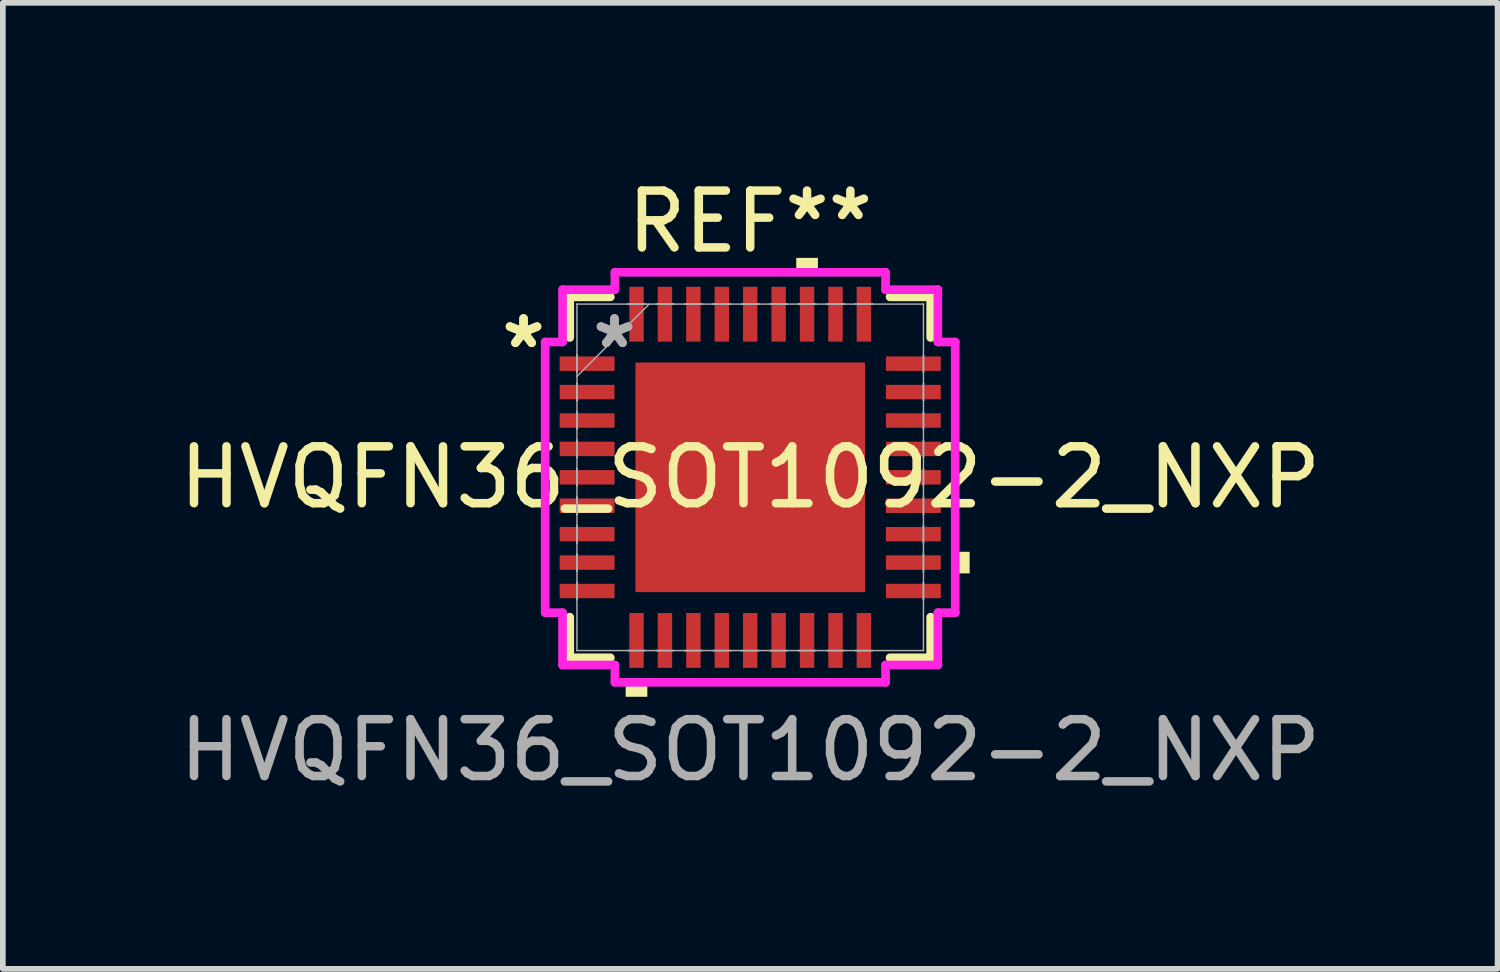
<source format=kicad_pcb>
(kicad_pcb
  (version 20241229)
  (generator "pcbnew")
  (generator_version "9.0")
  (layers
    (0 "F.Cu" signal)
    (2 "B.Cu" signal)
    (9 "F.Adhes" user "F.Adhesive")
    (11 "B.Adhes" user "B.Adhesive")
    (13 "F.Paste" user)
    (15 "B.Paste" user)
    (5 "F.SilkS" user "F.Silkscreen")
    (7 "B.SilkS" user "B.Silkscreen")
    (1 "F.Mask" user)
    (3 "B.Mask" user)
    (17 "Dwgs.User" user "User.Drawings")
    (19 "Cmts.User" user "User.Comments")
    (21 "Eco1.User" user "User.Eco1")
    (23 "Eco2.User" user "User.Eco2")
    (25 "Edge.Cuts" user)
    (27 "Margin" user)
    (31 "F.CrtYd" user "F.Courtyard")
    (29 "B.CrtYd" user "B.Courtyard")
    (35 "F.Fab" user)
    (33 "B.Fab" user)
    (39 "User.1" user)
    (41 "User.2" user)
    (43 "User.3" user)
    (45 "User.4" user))
  (footprint "HVQFN36_SOT1092-2_NXP"
    (layer "F.Cu")
    (at 10.149 5.348)
    (property "Reference" "HVQFN36_SOT1092-2_NXP" (at 0 0 0) (unlocked yes) (layer "F.SilkS") (effects (font (size 1 1) (thickness 0.15))))
    (attr smd)
    (fp_line (start -3.175 -3.175) (end -3.175 -2.46) (stroke (width 0.152) (type solid)) (layer "F.SilkS"))
    (fp_line (start -3.175 2.46) (end -3.175 3.175) (stroke (width 0.152) (type solid)) (layer "F.SilkS"))
    (fp_line (start -3.175 3.175) (end -2.46 3.175) (stroke (width 0.152) (type solid)) (layer "F.SilkS"))
    (fp_line (start -2.46 -3.175) (end -3.175 -3.175) (stroke (width 0.152) (type solid)) (layer "F.SilkS"))
    (fp_line (start 2.46 3.175) (end 3.175 3.175) (stroke (width 0.152) (type solid)) (layer "F.SilkS"))
    (fp_line (start 3.175 -3.175) (end 2.46 -3.175) (stroke (width 0.152) (type solid)) (layer "F.SilkS"))
    (fp_line (start 3.175 -2.46) (end 3.175 -3.175) (stroke (width 0.152) (type solid)) (layer "F.SilkS"))
    (fp_line (start 3.175 3.175) (end 3.175 2.46) (stroke (width 0.152) (type solid)) (layer "F.SilkS"))
    (fp_poly (pts (xy -2.191 3.607) (xy -2.191 3.861) (xy -1.81 3.861) (xy -1.81 3.607)) (stroke (width 0) (type solid)) (fill yes) (layer "F.SilkS"))
    (fp_poly (pts (xy 0.81 -3.607) (xy 0.81 -3.861) (xy 1.191 -3.861) (xy 1.191 -3.607)) (stroke (width 0) (type solid)) (fill yes) (layer "F.SilkS"))
    (fp_poly (pts (xy 3.861 1.31) (xy 3.861 1.69) (xy 3.607 1.69) (xy 3.607 1.31)) (stroke (width 0) (type solid)) (fill yes) (layer "F.SilkS"))
    (fp_poly (pts (xy -1.919 -1.919) (xy -1.919 -0.773) (xy -0.773 -0.773) (xy -0.773 -1.919)) (stroke (width 0) (type solid)) (fill yes) (layer "F.Paste"))
    (fp_poly (pts (xy -1.919 -0.573) (xy -1.919 0.573) (xy -0.773 0.573) (xy -0.773 -0.573)) (stroke (width 0) (type solid)) (fill yes) (layer "F.Paste"))
    (fp_poly (pts (xy -1.919 0.773) (xy -1.919 1.919) (xy -0.773 1.919) (xy -0.773 0.773)) (stroke (width 0) (type solid)) (fill yes) (layer "F.Paste"))
    (fp_poly (pts (xy -0.573 -1.919) (xy -0.573 -0.773) (xy 0.573 -0.773) (xy 0.573 -1.919)) (stroke (width 0) (type solid)) (fill yes) (layer "F.Paste"))
    (fp_poly (pts (xy -0.573 -0.573) (xy -0.573 0.573) (xy 0.573 0.573) (xy 0.573 -0.573)) (stroke (width 0) (type solid)) (fill yes) (layer "F.Paste"))
    (fp_poly (pts (xy -0.573 0.773) (xy -0.573 1.919) (xy 0.573 1.919) (xy 0.573 0.773)) (stroke (width 0) (type solid)) (fill yes) (layer "F.Paste"))
    (fp_poly (pts (xy 0.773 -1.919) (xy 0.773 -0.773) (xy 1.919 -0.773) (xy 1.919 -1.919)) (stroke (width 0) (type solid)) (fill yes) (layer "F.Paste"))
    (fp_poly (pts (xy 0.773 -0.573) (xy 0.773 0.573) (xy 1.919 0.573) (xy 1.919 -0.573)) (stroke (width 0) (type solid)) (fill yes) (layer "F.Paste"))
    (fp_poly (pts (xy 0.773 0.773) (xy 0.773 1.919) (xy 1.919 1.919) (xy 1.919 0.773)) (stroke (width 0) (type solid)) (fill yes) (layer "F.Paste"))
    (fp_line (start -3.607 -2.381) (end -3.302 -2.381) (stroke (width 0.152) (type solid)) (layer "F.CrtYd"))
    (fp_line (start -3.607 2.381) (end -3.607 -2.381) (stroke (width 0.152) (type solid)) (layer "F.CrtYd"))
    (fp_line (start -3.302 -3.302) (end -2.381 -3.302) (stroke (width 0.152) (type solid)) (layer "F.CrtYd"))
    (fp_line (start -3.302 -2.381) (end -3.302 -3.302) (stroke (width 0.152) (type solid)) (layer "F.CrtYd"))
    (fp_line (start -3.302 2.381) (end -3.607 2.381) (stroke (width 0.152) (type solid)) (layer "F.CrtYd"))
    (fp_line (start -3.302 3.302) (end -3.302 2.381) (stroke (width 0.152) (type solid)) (layer "F.CrtYd"))
    (fp_line (start -2.381 -3.607) (end 2.381 -3.607) (stroke (width 0.152) (type solid)) (layer "F.CrtYd"))
    (fp_line (start -2.381 -3.302) (end -2.381 -3.607) (stroke (width 0.152) (type solid)) (layer "F.CrtYd"))
    (fp_line (start -2.381 3.302) (end -3.302 3.302) (stroke (width 0.152) (type solid)) (layer "F.CrtYd"))
    (fp_line (start -2.381 3.607) (end -2.381 3.302) (stroke (width 0.152) (type solid)) (layer "F.CrtYd"))
    (fp_line (start 2.381 -3.607) (end 2.381 -3.302) (stroke (width 0.152) (type solid)) (layer "F.CrtYd"))
    (fp_line (start 2.381 -3.302) (end 3.302 -3.302) (stroke (width 0.152) (type solid)) (layer "F.CrtYd"))
    (fp_line (start 2.381 3.302) (end 2.381 3.607) (stroke (width 0.152) (type solid)) (layer "F.CrtYd"))
    (fp_line (start 2.381 3.607) (end -2.381 3.607) (stroke (width 0.152) (type solid)) (layer "F.CrtYd"))
    (fp_line (start 3.302 -3.302) (end 3.302 -2.381) (stroke (width 0.152) (type solid)) (layer "F.CrtYd"))
    (fp_line (start 3.302 -2.381) (end 3.607 -2.381) (stroke (width 0.152) (type solid)) (layer "F.CrtYd"))
    (fp_line (start 3.302 2.381) (end 3.302 3.302) (stroke (width 0.152) (type solid)) (layer "F.CrtYd"))
    (fp_line (start 3.302 3.302) (end 2.381 3.302) (stroke (width 0.152) (type solid)) (layer "F.CrtYd"))
    (fp_line (start 3.607 -2.381) (end 3.607 2.381) (stroke (width 0.152) (type solid)) (layer "F.CrtYd"))
    (fp_line (start 3.607 2.381) (end 3.302 2.381) (stroke (width 0.152) (type solid)) (layer "F.CrtYd"))
    (fp_line (start -3.048 -3.048) (end -3.048 -3.048) (stroke (width 0.025) (type solid)) (layer "F.Fab"))
    (fp_line (start -3.048 -3.048) (end -3.048 3.048) (stroke (width 0.025) (type solid)) (layer "F.Fab"))
    (fp_line (start -3.048 -2.152) (end -3.048 -2.152) (stroke (width 0.025) (type solid)) (layer "F.Fab"))
    (fp_line (start -3.048 -2.152) (end -3.048 -1.848) (stroke (width 0.025) (type solid)) (layer "F.Fab"))
    (fp_line (start -3.048 -1.848) (end -3.048 -2.152) (stroke (width 0.025) (type solid)) (layer "F.Fab"))
    (fp_line (start -3.048 -1.848) (end -3.048 -1.848) (stroke (width 0.025) (type solid)) (layer "F.Fab"))
    (fp_line (start -3.048 -1.778) (end -1.778 -3.048) (stroke (width 0.025) (type solid)) (layer "F.Fab"))
    (fp_line (start -3.048 -1.652) (end -3.048 -1.652) (stroke (width 0.025) (type solid)) (layer "F.Fab"))
    (fp_line (start -3.048 -1.652) (end -3.048 -1.348) (stroke (width 0.025) (type solid)) (layer "F.Fab"))
    (fp_line (start -3.048 -1.348) (end -3.048 -1.652) (stroke (width 0.025) (type solid)) (layer "F.Fab"))
    (fp_line (start -3.048 -1.348) (end -3.048 -1.348) (stroke (width 0.025) (type solid)) (layer "F.Fab"))
    (fp_line (start -3.048 -1.152) (end -3.048 -1.152) (stroke (width 0.025) (type solid)) (layer "F.Fab"))
    (fp_line (start -3.048 -1.152) (end -3.048 -0.848) (stroke (width 0.025) (type solid)) (layer "F.Fab"))
    (fp_line (start -3.048 -0.848) (end -3.048 -1.152) (stroke (width 0.025) (type solid)) (layer "F.Fab"))
    (fp_line (start -3.048 -0.848) (end -3.048 -0.848) (stroke (width 0.025) (type solid)) (layer "F.Fab"))
    (fp_line (start -3.048 -0.652) (end -3.048 -0.652) (stroke (width 0.025) (type solid)) (layer "F.Fab"))
    (fp_line (start -3.048 -0.652) (end -3.048 -0.348) (stroke (width 0.025) (type solid)) (layer "F.Fab"))
    (fp_line (start -3.048 -0.348) (end -3.048 -0.652) (stroke (width 0.025) (type solid)) (layer "F.Fab"))
    (fp_line (start -3.048 -0.348) (end -3.048 -0.348) (stroke (width 0.025) (type solid)) (layer "F.Fab"))
    (fp_line (start -3.048 -0.152) (end -3.048 -0.152) (stroke (width 0.025) (type solid)) (layer "F.Fab"))
    (fp_line (start -3.048 -0.152) (end -3.048 0.152) (stroke (width 0.025) (type solid)) (layer "F.Fab"))
    (fp_line (start -3.048 0.152) (end -3.048 -0.152) (stroke (width 0.025) (type solid)) (layer "F.Fab"))
    (fp_line (start -3.048 0.152) (end -3.048 0.152) (stroke (width 0.025) (type solid)) (layer "F.Fab"))
    (fp_line (start -3.048 0.348) (end -3.048 0.348) (stroke (width 0.025) (type solid)) (layer "F.Fab"))
    (fp_line (start -3.048 0.348) (end -3.048 0.652) (stroke (width 0.025) (type solid)) (layer "F.Fab"))
    (fp_line (start -3.048 0.652) (end -3.048 0.348) (stroke (width 0.025) (type solid)) (layer "F.Fab"))
    (fp_line (start -3.048 0.652) (end -3.048 0.652) (stroke (width 0.025) (type solid)) (layer "F.Fab"))
    (fp_line (start -3.048 0.848) (end -3.048 0.848) (stroke (width 0.025) (type solid)) (layer "F.Fab"))
    (fp_line (start -3.048 0.848) (end -3.048 1.152) (stroke (width 0.025) (type solid)) (layer "F.Fab"))
    (fp_line (start -3.048 1.152) (end -3.048 0.848) (stroke (width 0.025) (type solid)) (layer "F.Fab"))
    (fp_line (start -3.048 1.152) (end -3.048 1.152) (stroke (width 0.025) (type solid)) (layer "F.Fab"))
    (fp_line (start -3.048 1.348) (end -3.048 1.348) (stroke (width 0.025) (type solid)) (layer "F.Fab"))
    (fp_line (start -3.048 1.348) (end -3.048 1.652) (stroke (width 0.025) (type solid)) (layer "F.Fab"))
    (fp_line (start -3.048 1.652) (end -3.048 1.348) (stroke (width 0.025) (type solid)) (layer "F.Fab"))
    (fp_line (start -3.048 1.652) (end -3.048 1.652) (stroke (width 0.025) (type solid)) (layer "F.Fab"))
    (fp_line (start -3.048 1.848) (end -3.048 1.848) (stroke (width 0.025) (type solid)) (layer "F.Fab"))
    (fp_line (start -3.048 1.848) (end -3.048 2.152) (stroke (width 0.025) (type solid)) (layer "F.Fab"))
    (fp_line (start -3.048 2.152) (end -3.048 1.848) (stroke (width 0.025) (type solid)) (layer "F.Fab"))
    (fp_line (start -3.048 2.152) (end -3.048 2.152) (stroke (width 0.025) (type solid)) (layer "F.Fab"))
    (fp_line (start -3.048 3.048) (end -3.048 3.048) (stroke (width 0.025) (type solid)) (layer "F.Fab"))
    (fp_line (start -3.048 3.048) (end 3.048 3.048) (stroke (width 0.025) (type solid)) (layer "F.Fab"))
    (fp_line (start -2.152 -3.048) (end -2.152 -3.048) (stroke (width 0.025) (type solid)) (layer "F.Fab"))
    (fp_line (start -2.152 -3.048) (end -1.848 -3.048) (stroke (width 0.025) (type solid)) (layer "F.Fab"))
    (fp_line (start -2.152 3.048) (end -2.152 3.048) (stroke (width 0.025) (type solid)) (layer "F.Fab"))
    (fp_line (start -2.152 3.048) (end -1.848 3.048) (stroke (width 0.025) (type solid)) (layer "F.Fab"))
    (fp_line (start -1.848 -3.048) (end -2.152 -3.048) (stroke (width 0.025) (type solid)) (layer "F.Fab"))
    (fp_line (start -1.848 -3.048) (end -1.848 -3.048) (stroke (width 0.025) (type solid)) (layer "F.Fab"))
    (fp_line (start -1.848 3.048) (end -2.152 3.048) (stroke (width 0.025) (type solid)) (layer "F.Fab"))
    (fp_line (start -1.848 3.048) (end -1.848 3.048) (stroke (width 0.025) (type solid)) (layer "F.Fab"))
    (fp_line (start -1.652 -3.048) (end -1.652 -3.048) (stroke (width 0.025) (type solid)) (layer "F.Fab"))
    (fp_line (start -1.652 -3.048) (end -1.348 -3.048) (stroke (width 0.025) (type solid)) (layer "F.Fab"))
    (fp_line (start -1.652 3.048) (end -1.652 3.048) (stroke (width 0.025) (type solid)) (layer "F.Fab"))
    (fp_line (start -1.652 3.048) (end -1.348 3.048) (stroke (width 0.025) (type solid)) (layer "F.Fab"))
    (fp_line (start -1.348 -3.048) (end -1.652 -3.048) (stroke (width 0.025) (type solid)) (layer "F.Fab"))
    (fp_line (start -1.348 -3.048) (end -1.348 -3.048) (stroke (width 0.025) (type solid)) (layer "F.Fab"))
    (fp_line (start -1.348 3.048) (end -1.652 3.048) (stroke (width 0.025) (type solid)) (layer "F.Fab"))
    (fp_line (start -1.348 3.048) (end -1.348 3.048) (stroke (width 0.025) (type solid)) (layer "F.Fab"))
    (fp_line (start -1.152 -3.048) (end -1.152 -3.048) (stroke (width 0.025) (type solid)) (layer "F.Fab"))
    (fp_line (start -1.152 -3.048) (end -0.848 -3.048) (stroke (width 0.025) (type solid)) (layer "F.Fab"))
    (fp_line (start -1.152 3.048) (end -1.152 3.048) (stroke (width 0.025) (type solid)) (layer "F.Fab"))
    (fp_line (start -1.152 3.048) (end -0.848 3.048) (stroke (width 0.025) (type solid)) (layer "F.Fab"))
    (fp_line (start -0.848 -3.048) (end -1.152 -3.048) (stroke (width 0.025) (type solid)) (layer "F.Fab"))
    (fp_line (start -0.848 -3.048) (end -0.848 -3.048) (stroke (width 0.025) (type solid)) (layer "F.Fab"))
    (fp_line (start -0.848 3.048) (end -1.152 3.048) (stroke (width 0.025) (type solid)) (layer "F.Fab"))
    (fp_line (start -0.848 3.048) (end -0.848 3.048) (stroke (width 0.025) (type solid)) (layer "F.Fab"))
    (fp_line (start -0.652 -3.048) (end -0.652 -3.048) (stroke (width 0.025) (type solid)) (layer "F.Fab"))
    (fp_line (start -0.652 -3.048) (end -0.348 -3.048) (stroke (width 0.025) (type solid)) (layer "F.Fab"))
    (fp_line (start -0.652 3.048) (end -0.652 3.048) (stroke (width 0.025) (type solid)) (layer "F.Fab"))
    (fp_line (start -0.652 3.048) (end -0.348 3.048) (stroke (width 0.025) (type solid)) (layer "F.Fab"))
    (fp_line (start -0.348 -3.048) (end -0.652 -3.048) (stroke (width 0.025) (type solid)) (layer "F.Fab"))
    (fp_line (start -0.348 -3.048) (end -0.348 -3.048) (stroke (width 0.025) (type solid)) (layer "F.Fab"))
    (fp_line (start -0.348 3.048) (end -0.652 3.048) (stroke (width 0.025) (type solid)) (layer "F.Fab"))
    (fp_line (start -0.348 3.048) (end -0.348 3.048) (stroke (width 0.025) (type solid)) (layer "F.Fab"))
    (fp_line (start -0.152 -3.048) (end -0.152 -3.048) (stroke (width 0.025) (type solid)) (layer "F.Fab"))
    (fp_line (start -0.152 -3.048) (end 0.152 -3.048) (stroke (width 0.025) (type solid)) (layer "F.Fab"))
    (fp_line (start -0.152 3.048) (end -0.152 3.048) (stroke (width 0.025) (type solid)) (layer "F.Fab"))
    (fp_line (start -0.152 3.048) (end 0.152 3.048) (stroke (width 0.025) (type solid)) (layer "F.Fab"))
    (fp_line (start 0.152 -3.048) (end -0.152 -3.048) (stroke (width 0.025) (type solid)) (layer "F.Fab"))
    (fp_line (start 0.152 -3.048) (end 0.152 -3.048) (stroke (width 0.025) (type solid)) (layer "F.Fab"))
    (fp_line (start 0.152 3.048) (end -0.152 3.048) (stroke (width 0.025) (type solid)) (layer "F.Fab"))
    (fp_line (start 0.152 3.048) (end 0.152 3.048) (stroke (width 0.025) (type solid)) (layer "F.Fab"))
    (fp_line (start 0.348 -3.048) (end 0.348 -3.048) (stroke (width 0.025) (type solid)) (layer "F.Fab"))
    (fp_line (start 0.348 -3.048) (end 0.652 -3.048) (stroke (width 0.025) (type solid)) (layer "F.Fab"))
    (fp_line (start 0.348 3.048) (end 0.348 3.048) (stroke (width 0.025) (type solid)) (layer "F.Fab"))
    (fp_line (start 0.348 3.048) (end 0.652 3.048) (stroke (width 0.025) (type solid)) (layer "F.Fab"))
    (fp_line (start 0.652 -3.048) (end 0.348 -3.048) (stroke (width 0.025) (type solid)) (layer "F.Fab"))
    (fp_line (start 0.652 -3.048) (end 0.652 -3.048) (stroke (width 0.025) (type solid)) (layer "F.Fab"))
    (fp_line (start 0.652 3.048) (end 0.348 3.048) (stroke (width 0.025) (type solid)) (layer "F.Fab"))
    (fp_line (start 0.652 3.048) (end 0.652 3.048) (stroke (width 0.025) (type solid)) (layer "F.Fab"))
    (fp_line (start 0.848 -3.048) (end 0.848 -3.048) (stroke (width 0.025) (type solid)) (layer "F.Fab"))
    (fp_line (start 0.848 -3.048) (end 1.152 -3.048) (stroke (width 0.025) (type solid)) (layer "F.Fab"))
    (fp_line (start 0.848 3.048) (end 0.848 3.048) (stroke (width 0.025) (type solid)) (layer "F.Fab"))
    (fp_line (start 0.848 3.048) (end 1.152 3.048) (stroke (width 0.025) (type solid)) (layer "F.Fab"))
    (fp_line (start 1.152 -3.048) (end 0.848 -3.048) (stroke (width 0.025) (type solid)) (layer "F.Fab"))
    (fp_line (start 1.152 -3.048) (end 1.152 -3.048) (stroke (width 0.025) (type solid)) (layer "F.Fab"))
    (fp_line (start 1.152 3.048) (end 0.848 3.048) (stroke (width 0.025) (type solid)) (layer "F.Fab"))
    (fp_line (start 1.152 3.048) (end 1.152 3.048) (stroke (width 0.025) (type solid)) (layer "F.Fab"))
    (fp_line (start 1.348 -3.048) (end 1.348 -3.048) (stroke (width 0.025) (type solid)) (layer "F.Fab"))
    (fp_line (start 1.348 -3.048) (end 1.652 -3.048) (stroke (width 0.025) (type solid)) (layer "F.Fab"))
    (fp_line (start 1.348 3.048) (end 1.348 3.048) (stroke (width 0.025) (type solid)) (layer "F.Fab"))
    (fp_line (start 1.348 3.048) (end 1.652 3.048) (stroke (width 0.025) (type solid)) (layer "F.Fab"))
    (fp_line (start 1.652 -3.048) (end 1.348 -3.048) (stroke (width 0.025) (type solid)) (layer "F.Fab"))
    (fp_line (start 1.652 -3.048) (end 1.652 -3.048) (stroke (width 0.025) (type solid)) (layer "F.Fab"))
    (fp_line (start 1.652 3.048) (end 1.348 3.048) (stroke (width 0.025) (type solid)) (layer "F.Fab"))
    (fp_line (start 1.652 3.048) (end 1.652 3.048) (stroke (width 0.025) (type solid)) (layer "F.Fab"))
    (fp_line (start 1.848 -3.048) (end 1.848 -3.048) (stroke (width 0.025) (type solid)) (layer "F.Fab"))
    (fp_line (start 1.848 -3.048) (end 2.152 -3.048) (stroke (width 0.025) (type solid)) (layer "F.Fab"))
    (fp_line (start 1.848 3.048) (end 1.848 3.048) (stroke (width 0.025) (type solid)) (layer "F.Fab"))
    (fp_line (start 1.848 3.048) (end 2.152 3.048) (stroke (width 0.025) (type solid)) (layer "F.Fab"))
    (fp_line (start 2.152 -3.048) (end 1.848 -3.048) (stroke (width 0.025) (type solid)) (layer "F.Fab"))
    (fp_line (start 2.152 -3.048) (end 2.152 -3.048) (stroke (width 0.025) (type solid)) (layer "F.Fab"))
    (fp_line (start 2.152 3.048) (end 1.848 3.048) (stroke (width 0.025) (type solid)) (layer "F.Fab"))
    (fp_line (start 2.152 3.048) (end 2.152 3.048) (stroke (width 0.025) (type solid)) (layer "F.Fab"))
    (fp_line (start 3.048 -3.048) (end -3.048 -3.048) (stroke (width 0.025) (type solid)) (layer "F.Fab"))
    (fp_line (start 3.048 -3.048) (end 3.048 -3.048) (stroke (width 0.025) (type solid)) (layer "F.Fab"))
    (fp_line (start 3.048 -2.152) (end 3.048 -2.152) (stroke (width 0.025) (type solid)) (layer "F.Fab"))
    (fp_line (start 3.048 -2.152) (end 3.048 -1.848) (stroke (width 0.025) (type solid)) (layer "F.Fab"))
    (fp_line (start 3.048 -1.848) (end 3.048 -2.152) (stroke (width 0.025) (type solid)) (layer "F.Fab"))
    (fp_line (start 3.048 -1.848) (end 3.048 -1.848) (stroke (width 0.025) (type solid)) (layer "F.Fab"))
    (fp_line (start 3.048 -1.652) (end 3.048 -1.652) (stroke (width 0.025) (type solid)) (layer "F.Fab"))
    (fp_line (start 3.048 -1.652) (end 3.048 -1.348) (stroke (width 0.025) (type solid)) (layer "F.Fab"))
    (fp_line (start 3.048 -1.348) (end 3.048 -1.652) (stroke (width 0.025) (type solid)) (layer "F.Fab"))
    (fp_line (start 3.048 -1.348) (end 3.048 -1.348) (stroke (width 0.025) (type solid)) (layer "F.Fab"))
    (fp_line (start 3.048 -1.152) (end 3.048 -1.152) (stroke (width 0.025) (type solid)) (layer "F.Fab"))
    (fp_line (start 3.048 -1.152) (end 3.048 -0.848) (stroke (width 0.025) (type solid)) (layer "F.Fab"))
    (fp_line (start 3.048 -0.848) (end 3.048 -1.152) (stroke (width 0.025) (type solid)) (layer "F.Fab"))
    (fp_line (start 3.048 -0.848) (end 3.048 -0.848) (stroke (width 0.025) (type solid)) (layer "F.Fab"))
    (fp_line (start 3.048 -0.652) (end 3.048 -0.652) (stroke (width 0.025) (type solid)) (layer "F.Fab"))
    (fp_line (start 3.048 -0.652) (end 3.048 -0.348) (stroke (width 0.025) (type solid)) (layer "F.Fab"))
    (fp_line (start 3.048 -0.348) (end 3.048 -0.652) (stroke (width 0.025) (type solid)) (layer "F.Fab"))
    (fp_line (start 3.048 -0.348) (end 3.048 -0.348) (stroke (width 0.025) (type solid)) (layer "F.Fab"))
    (fp_line (start 3.048 -0.152) (end 3.048 -0.152) (stroke (width 0.025) (type solid)) (layer "F.Fab"))
    (fp_line (start 3.048 -0.152) (end 3.048 0.152) (stroke (width 0.025) (type solid)) (layer "F.Fab"))
    (fp_line (start 3.048 0.152) (end 3.048 -0.152) (stroke (width 0.025) (type solid)) (layer "F.Fab"))
    (fp_line (start 3.048 0.152) (end 3.048 0.152) (stroke (width 0.025) (type solid)) (layer "F.Fab"))
    (fp_line (start 3.048 0.348) (end 3.048 0.348) (stroke (width 0.025) (type solid)) (layer "F.Fab"))
    (fp_line (start 3.048 0.348) (end 3.048 0.652) (stroke (width 0.025) (type solid)) (layer "F.Fab"))
    (fp_line (start 3.048 0.652) (end 3.048 0.348) (stroke (width 0.025) (type solid)) (layer "F.Fab"))
    (fp_line (start 3.048 0.652) (end 3.048 0.652) (stroke (width 0.025) (type solid)) (layer "F.Fab"))
    (fp_line (start 3.048 0.848) (end 3.048 0.848) (stroke (width 0.025) (type solid)) (layer "F.Fab"))
    (fp_line (start 3.048 0.848) (end 3.048 1.152) (stroke (width 0.025) (type solid)) (layer "F.Fab"))
    (fp_line (start 3.048 1.152) (end 3.048 0.848) (stroke (width 0.025) (type solid)) (layer "F.Fab"))
    (fp_line (start 3.048 1.152) (end 3.048 1.152) (stroke (width 0.025) (type solid)) (layer "F.Fab"))
    (fp_line (start 3.048 1.348) (end 3.048 1.348) (stroke (width 0.025) (type solid)) (layer "F.Fab"))
    (fp_line (start 3.048 1.348) (end 3.048 1.652) (stroke (width 0.025) (type solid)) (layer "F.Fab"))
    (fp_line (start 3.048 1.652) (end 3.048 1.348) (stroke (width 0.025) (type solid)) (layer "F.Fab"))
    (fp_line (start 3.048 1.652) (end 3.048 1.652) (stroke (width 0.025) (type solid)) (layer "F.Fab"))
    (fp_line (start 3.048 1.848) (end 3.048 1.848) (stroke (width 0.025) (type solid)) (layer "F.Fab"))
    (fp_line (start 3.048 1.848) (end 3.048 2.152) (stroke (width 0.025) (type solid)) (layer "F.Fab"))
    (fp_line (start 3.048 2.152) (end 3.048 1.848) (stroke (width 0.025) (type solid)) (layer "F.Fab"))
    (fp_line (start 3.048 2.152) (end 3.048 2.152) (stroke (width 0.025) (type solid)) (layer "F.Fab"))
    (fp_line (start 3.048 3.048) (end 3.048 -3.048) (stroke (width 0.025) (type solid)) (layer "F.Fab"))
    (fp_line (start 3.048 3.048) (end 3.048 3.048) (stroke (width 0.025) (type solid)) (layer "F.Fab"))
    (fp_text user "REF**" (at 0 -4.5 0) (unlocked yes) (layer "F.SilkS") (effects (font (size 1 1) (thickness 0.15))))
    (fp_text user "*" (at -3.988 -2.25 0) (unlocked yes) (layer "F.SilkS") (effects (font (size 1 1) (thickness 0.15))))
    (fp_text user "*" (at -3.988 -2.25 0) (layer "F.SilkS") (effects (font (size 1 1) (thickness 0.15))))
    (fp_text user "*" (at -2.388 -2.25 0) (layer "F.Fab") (effects (font (size 1 1) (thickness 0.15))))
    (fp_text user "*" (at -2.388 -2.25 0) (unlocked yes) (layer "F.Fab") (effects (font (size 1 1) (thickness 0.15))))
    (fp_text user "${REFERENCE}" (at 0 4.8 0) (unlocked yes) (layer "F.Fab") (effects (font (size 1 1) (thickness 0.15))))
    (pad "1" smd rect (at -2.87 -2 90) (size 0.254 0.965) (layers "F.Cu" "F.Mask" "F.Paste"))
    (pad "2" smd rect (at -2.87 -1.5 90) (size 0.254 0.965) (layers "F.Cu" "F.Mask" "F.Paste"))
    (pad "3" smd rect (at -2.87 -1 90) (size 0.254 0.965) (layers "F.Cu" "F.Mask" "F.Paste"))
    (pad "4" smd rect (at -2.87 -0.5 90) (size 0.254 0.965) (layers "F.Cu" "F.Mask" "F.Paste"))
    (pad "5" smd rect (at -2.87 0 90) (size 0.254 0.965) (layers "F.Cu" "F.Mask" "F.Paste"))
    (pad "6" smd rect (at -2.87 0.5 90) (size 0.254 0.965) (layers "F.Cu" "F.Mask" "F.Paste"))
    (pad "7" smd rect (at -2.87 1 90) (size 0.254 0.965) (layers "F.Cu" "F.Mask" "F.Paste"))
    (pad "8" smd rect (at -2.87 1.5 90) (size 0.254 0.965) (layers "F.Cu" "F.Mask" "F.Paste"))
    (pad "9" smd rect (at -2.87 2 90) (size 0.254 0.965) (layers "F.Cu" "F.Mask" "F.Paste"))
    (pad "10" smd rect (at -2 2.87) (size 0.254 0.965) (layers "F.Cu" "F.Mask" "F.Paste"))
    (pad "11" smd rect (at -1.5 2.87) (size 0.254 0.965) (layers "F.Cu" "F.Mask" "F.Paste"))
    (pad "12" smd rect (at -1 2.87) (size 0.254 0.965) (layers "F.Cu" "F.Mask" "F.Paste"))
    (pad "13" smd rect (at -0.5 2.87) (size 0.254 0.965) (layers "F.Cu" "F.Mask" "F.Paste"))
    (pad "14" smd rect (at 0 2.87) (size 0.254 0.965) (layers "F.Cu" "F.Mask" "F.Paste"))
    (pad "15" smd rect (at 0.5 2.87) (size 0.254 0.965) (layers "F.Cu" "F.Mask" "F.Paste"))
    (pad "16" smd rect (at 1 2.87) (size 0.254 0.965) (layers "F.Cu" "F.Mask" "F.Paste"))
    (pad "17" smd rect (at 1.5 2.87) (size 0.254 0.965) (layers "F.Cu" "F.Mask" "F.Paste"))
    (pad "18" smd rect (at 2 2.87) (size 0.254 0.965) (layers "F.Cu" "F.Mask" "F.Paste"))
    (pad "19" smd rect (at 2.87 2 90) (size 0.254 0.965) (layers "F.Cu" "F.Mask" "F.Paste"))
    (pad "20" smd rect (at 2.87 1.5 90) (size 0.254 0.965) (layers "F.Cu" "F.Mask" "F.Paste"))
    (pad "21" smd rect (at 2.87 1 90) (size 0.254 0.965) (layers "F.Cu" "F.Mask" "F.Paste"))
    (pad "22" smd rect (at 2.87 0.5 90) (size 0.254 0.965) (layers "F.Cu" "F.Mask" "F.Paste"))
    (pad "23" smd rect (at 2.87 0 90) (size 0.254 0.965) (layers "F.Cu" "F.Mask" "F.Paste"))
    (pad "24" smd rect (at 2.87 -0.5 90) (size 0.254 0.965) (layers "F.Cu" "F.Mask" "F.Paste"))
    (pad "25" smd rect (at 2.87 -1 90) (size 0.254 0.965) (layers "F.Cu" "F.Mask" "F.Paste"))
    (pad "26" smd rect (at 2.87 -1.5 90) (size 0.254 0.965) (layers "F.Cu" "F.Mask" "F.Paste"))
    (pad "27" smd rect (at 2.87 -2 90) (size 0.254 0.965) (layers "F.Cu" "F.Mask" "F.Paste"))
    (pad "28" smd rect (at 2 -2.87) (size 0.254 0.965) (layers "F.Cu" "F.Mask" "F.Paste"))
    (pad "29" smd rect (at 1.5 -2.87) (size 0.254 0.965) (layers "F.Cu" "F.Mask" "F.Paste"))
    (pad "30" smd rect (at 1 -2.87) (size 0.254 0.965) (layers "F.Cu" "F.Mask" "F.Paste"))
    (pad "31" smd rect (at 0.5 -2.87) (size 0.254 0.965) (layers "F.Cu" "F.Mask" "F.Paste"))
    (pad "32" smd rect (at 0 -2.87) (size 0.254 0.965) (layers "F.Cu" "F.Mask" "F.Paste"))
    (pad "33" smd rect (at -0.5 -2.87) (size 0.254 0.965) (layers "F.Cu" "F.Mask" "F.Paste"))
    (pad "34" smd rect (at -1 -2.87) (size 0.254 0.965) (layers "F.Cu" "F.Mask" "F.Paste"))
    (pad "35" smd rect (at -1.5 -2.87) (size 0.254 0.965) (layers "F.Cu" "F.Mask" "F.Paste"))
    (pad "36" smd rect (at -2 -2.87) (size 0.254 0.965) (layers "F.Cu" "F.Mask" "F.Paste"))
    (pad "37" smd rect (at 0 0) (size 4.039 4.039) (layers "F.Cu" "F.Mask" "F.Paste")))
  (gr_rect
    (start -3 -3)
    (end 23.298 13.996)
    (stroke (width 0.1) (type default))
    (fill no)
    (layer "Edge.Cuts")))
</source>
